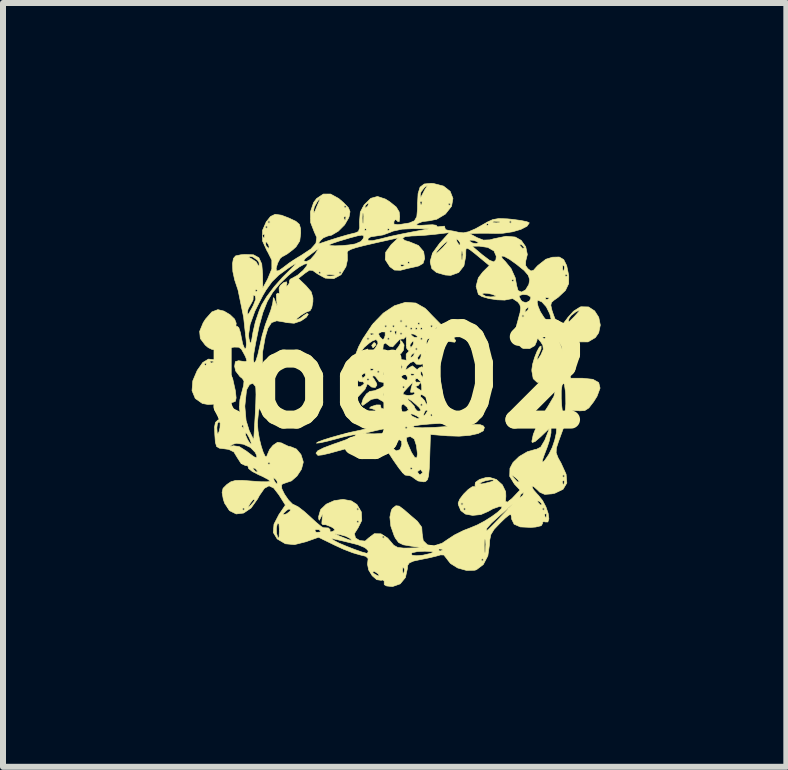
<source format=kicad_pcb>
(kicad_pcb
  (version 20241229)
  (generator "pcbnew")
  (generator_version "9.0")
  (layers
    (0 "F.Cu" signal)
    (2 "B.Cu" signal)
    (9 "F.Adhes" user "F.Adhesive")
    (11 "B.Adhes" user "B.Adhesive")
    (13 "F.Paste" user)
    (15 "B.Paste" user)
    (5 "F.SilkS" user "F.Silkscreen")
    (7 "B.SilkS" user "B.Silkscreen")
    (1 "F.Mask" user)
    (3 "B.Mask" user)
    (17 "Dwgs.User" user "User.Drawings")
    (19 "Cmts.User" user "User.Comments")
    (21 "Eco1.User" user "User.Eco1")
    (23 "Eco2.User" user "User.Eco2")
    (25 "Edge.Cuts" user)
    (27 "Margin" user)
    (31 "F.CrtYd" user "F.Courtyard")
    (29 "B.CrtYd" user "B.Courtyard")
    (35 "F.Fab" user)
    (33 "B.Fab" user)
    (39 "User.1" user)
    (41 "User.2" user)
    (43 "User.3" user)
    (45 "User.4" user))
  (footprint "log02"
    (layer "F.Cu")
    (at 3.527 3.253)
    (property "Reference" "log02" (at 0 0 0) (layer "F.SilkS") (effects (font (size 1.524 1.524) (thickness 0.3))))
    (attr through_hole)
    (fp_poly (pts (xy -0.311 -0.567) (xy -0.318 -0.55) (xy -0.356 -0.51) (xy -0.362 -0.508) (xy -0.381 -0.541) (xy -0.381 -0.55) (xy -0.348 -0.591) (xy -0.336 -0.593) (xy -0.311 -0.567)) (stroke (width 0.01) (type solid)) (fill yes) (layer "F.SilkS"))
    (fp_poly (pts (xy -0.000108 -0.181) (xy 0 -0.177) (xy -0.034 -0.128) (xy -0.067 -0.11) (xy -0.117 -0.109) (xy -0.117 -0.135) (xy -0.079 -0.186) (xy -0.027 -0.205) (xy -0.000108 -0.181)) (stroke (width 0.01) (type solid)) (fill yes) (layer "F.SilkS"))
    (fp_poly (pts (xy 0.118 -0.617) (xy 0.157 -0.554) (xy 0.147 -0.468) (xy 0.106 -0.413) (xy 0.035 -0.383) (xy 0.001 -0.412) (xy 0 -0.42) (xy 0.027 -0.48) (xy 0.061 -0.521) (xy 0.099 -0.584) (xy 0.093 -0.616) (xy 0.094 -0.629) (xy 0.118 -0.617)) (stroke (width 0.01) (type solid)) (fill yes) (layer "F.SilkS"))
    (fp_poly (pts (xy -2.99 -0.306) (xy -2.924 -0.277) (xy -2.79 -0.168) (xy -2.701 -0.000337) (xy -2.654 0.212) (xy -2.642 0.328) (xy -2.653 0.384) (xy -2.698 0.402) (xy -2.743 0.403) (xy -2.874 0.413) (xy -2.985 0.43) (xy -3.108 0.438) (xy -3.204 0.421) (xy -3.323 0.337) (xy -3.377 0.207) (xy -3.364 0.043) (xy -3.291 -0.129) (xy -3.218 -0.233) (xy -3.175 -0.233) (xy -3.154 -0.212) (xy -3.138 -0.227) (xy -2.938 -0.227) (xy -2.898 -0.163) (xy -2.863 -0.111) (xy -2.797 -0.004) (xy -2.757 0.077) (xy -2.752 0.098) (xy -2.736 0.124) (xy -2.729 0.119) (xy -2.726 0.067) (xy -2.746 -0.005) (xy -2.807 -0.11) (xy -2.879 -0.191) (xy -2.931 -0.234) (xy -2.938 -0.227) (xy -3.138 -0.227) (xy -3.133 -0.233) (xy -3.154 -0.254) (xy -3.175 -0.233) (xy -3.218 -0.233) (xy -3.198 -0.262) (xy -3.164 -0.282) (xy -3.076 -0.282) (xy -3.07 -0.257) (xy -3.048 -0.254) (xy -3.013 -0.269) (xy -3.02 -0.282) (xy -3.07 -0.287) (xy -3.076 -0.282) (xy -3.164 -0.282) (xy -3.103 -0.319) (xy -2.99 -0.306)) (stroke (width 0.01) (type solid)) (fill yes) (layer "F.SilkS"))
    (fp_poly (pts (xy 0.353 -1.253) (xy 0.507 -1.165) (xy 0.543 -1.13) (xy 0.615 -1.054) (xy 0.725 -0.942) (xy 0.848 -0.818) (xy 0.852 -0.815) (xy 0.968 -0.696) (xy 1.018 -0.626) (xy 1.001 -0.6) (xy 0.913 -0.611) (xy 0.784 -0.644) (xy 0.63 -0.671) (xy 0.544 -0.652) (xy 0.529 -0.588) (xy 0.586 -0.481) (xy 0.587 -0.48) (xy 0.653 -0.357) (xy 0.711 -0.192) (xy 0.758 -0.002) (xy 0.791 0.192) (xy 0.807 0.373) (xy 0.804 0.523) (xy 0.779 0.621) (xy 0.751 0.649) (xy 0.744 0.664) (xy 0.8 0.672) (xy 0.898 0.674) (xy 1.018 0.669) (xy 1.137 0.659) (xy 1.236 0.644) (xy 1.26 0.638) (xy 1.356 0.623) (xy 1.397 0.639) (xy 1.371 0.675) (xy 1.323 0.7) (xy 1.252 0.714) (xy 1.117 0.729) (xy 0.939 0.743) (xy 0.773 0.752) (xy 0.583 0.763) (xy 0.43 0.777) (xy 0.328 0.793) (xy 0.296 0.806) (xy 0.338 0.822) (xy 0.461 0.826) (xy 0.664 0.819) (xy 0.944 0.8) (xy 1.169 0.782) (xy 1.331 0.771) (xy 1.428 0.775) (xy 1.478 0.795) (xy 1.495 0.821) (xy 1.478 0.876) (xy 1.392 0.921) (xy 1.252 0.952) (xy 1.073 0.966) (xy 0.88 0.96) (xy 0.596 0.937) (xy 0.584 1.326) (xy 0.576 1.51) (xy 0.565 1.626) (xy 0.547 1.69) (xy 0.517 1.719) (xy 0.486 1.727) (xy 0.39 1.712) (xy 0.347 1.684) (xy 0.279 1.635) (xy 0.252 1.625) (xy 0.175 1.614) (xy 0.174 1.614) (xy 0.135 1.578) (xy 0.126 1.566) (xy 0.381 1.566) (xy 0.413 1.607) (xy 0.423 1.609) (xy 0.464 1.576) (xy 0.466 1.566) (xy 0.433 1.525) (xy 0.423 1.524) (xy 0.382 1.556) (xy 0.381 1.566) (xy 0.126 1.566) (xy 0.076 1.503) (xy 0.254 1.503) (xy 0.275 1.524) (xy 0.296 1.503) (xy 0.275 1.482) (xy 0.254 1.503) (xy 0.076 1.503) (xy 0.065 1.489) (xy -0.023 1.363) (xy -0.043 1.332) (xy -0.22 1.061) (xy -0.12 1.061) (xy -0.07 1.136) (xy -0.056 1.151) (xy 0.027 1.211) (xy 0.089 1.19) (xy 0.119 1.108) (xy 0.115 1.043) (xy 0.098 1.035) (xy 0.197 1.035) (xy 0.213 1.082) (xy 0.28 1.237) (xy 0.334 1.32) (xy 0.369 1.329) (xy 0.38 1.263) (xy 0.362 1.12) (xy 0.362 1.12) (xy 0.327 1.013) (xy 0.268 0.975) (xy 0.253 0.974) (xy 0.198 0.985) (xy 0.197 1.035) (xy 0.098 1.035) (xy 0.062 1.019) (xy 0.003 1.016) (xy -0.098 1.025) (xy -0.12 1.061) (xy -0.22 1.061) (xy -0.224 1.055) (xy -0.419 1.084) (xy -0.559 1.111) (xy -0.741 1.155) (xy -0.926 1.206) (xy -0.931 1.207) (xy -1.085 1.25) (xy -1.207 1.278) (xy -1.275 1.285) (xy -1.281 1.284) (xy -1.311 1.249) (xy -1.282 1.21) (xy -1.188 1.162) (xy -1.021 1.099) (xy -0.95 1.075) (xy -0.766 1.009) (xy -0.663 0.964) (xy -0.641 0.942) (xy -0.699 0.944) (xy -0.835 0.973) (xy -0.98 1.012) (xy -1.129 1.051) (xy -1.243 1.076) (xy -1.301 1.082) (xy -1.304 1.081) (xy -1.276 1.062) (xy -1.187 1.028) (xy -1.056 0.987) (xy -0.903 0.944) (xy -0.827 0.924) (xy -0.529 0.924) (xy -0.339 0.927) (xy -0.208 0.921) (xy -0.108 0.9) (xy -0.086 0.891) (xy -0.038 0.848) (xy -0.065 0.831) (xy -0.164 0.84) (xy -0.296 0.868) (xy -0.529 0.924) (xy -0.827 0.924) (xy -0.75 0.904) (xy -0.615 0.875) (xy -0.579 0.868) (xy -0.476 0.843) (xy -0.461 0.826) (xy 0.042 0.826) (xy 0.064 0.847) (xy 0.085 0.826) (xy 0.169 0.826) (xy 0.191 0.847) (xy 0.212 0.826) (xy 0.191 0.804) (xy 0.169 0.826) (xy 0.085 0.826) (xy 0.064 0.804) (xy 0.042 0.826) (xy -0.461 0.826) (xy -0.448 0.81) (xy -0.458 0.791) (xy -0.501 0.728) (xy -0.507 0.717) (xy -0.169 0.717) (xy -0.139 0.76) (xy -0.127 0.762) (xy -0.086 0.748) (xy -0.085 0.743) (xy -0.114 0.707) (xy -0.127 0.699) (xy -0.166 0.702) (xy -0.169 0.717) (xy -0.507 0.717) (xy -0.566 0.618) (xy -0.615 0.532) (xy -0.672 0.422) (xy -0.705 0.329) (xy -0.706 0.316) (xy -0.617 0.316) (xy -0.613 0.383) (xy -0.597 0.416) (xy -0.544 0.486) (xy -0.507 0.508) (xy -0.469 0.542) (xy -0.466 0.565) (xy -0.431 0.622) (xy -0.353 0.673) (xy -0.273 0.697) (xy -0.244 0.691) (xy -0.239 0.647) (xy -0.264 0.593) (xy -0.169 0.593) (xy -0.154 0.628) (xy -0.141 0.621) (xy -0.136 0.571) (xy -0.141 0.564) (xy -0.166 0.57) (xy -0.169 0.593) (xy -0.264 0.593) (xy -0.265 0.591) (xy -0.33 0.525) (xy -0.377 0.508) (xy -0.419 0.498) (xy -0.394 0.474) (xy -0.317 0.449) (xy -0.301 0.445) (xy -0.239 0.446) (xy -0.234 0.468) (xy -0.224 0.503) (xy -0.195 0.508) (xy -0.126 0.54) (xy -0.066 0.603) (xy 0.001 0.697) (xy -0.006 0.611) (xy 0.268 0.611) (xy 0.296 0.635) (xy 0.374 0.671) (xy 0.402 0.676) (xy 0.41 0.659) (xy 0.381 0.635) (xy 0.37 0.63) (xy 0.477 0.63) (xy 0.501 0.614) (xy 0.593 0.614) (xy 0.614 0.635) (xy 0.635 0.614) (xy 0.614 0.593) (xy 0.593 0.614) (xy 0.501 0.614) (xy 0.508 0.609) (xy 0.513 0.604) (xy 0.547 0.548) (xy 0.542 0.529) (xy 0.635 0.529) (xy 0.656 0.55) (xy 0.677 0.529) (xy 0.656 0.508) (xy 0.635 0.529) (xy 0.542 0.529) (xy 0.542 0.528) (xy 0.511 0.541) (xy 0.49 0.58) (xy 0.477 0.63) (xy 0.37 0.63) (xy 0.304 0.599) (xy 0.275 0.594) (xy 0.268 0.611) (xy -0.006 0.611) (xy -0.009 0.581) (xy -0.029 0.502) (xy 0.103 0.502) (xy 0.126 0.56) (xy 0.179 0.56) (xy 0.23 0.531) (xy 0.207 0.482) (xy 0.143 0.428) (xy 0.108 0.452) (xy 0.103 0.502) (xy -0.029 0.502) (xy -0.031 0.497) (xy -0.065 0.466) (xy -0.128 0.439) (xy -0.194 0.388) (xy -0.29 0.333) (xy -0.391 0.353) (xy -0.476 0.414) (xy -0.532 0.454) (xy -0.549 0.434) (xy -0.549 0.419) (xy -0.524 0.34) (xy -0.483 0.28) (xy -0.19 0.28) (xy -0.129 0.345) (xy -0.046 0.391) (xy 0.015 0.391) (xy 0.023 0.363) (xy -0.032 0.346) (xy -0.045 0.34) (xy 0.22 0.34) (xy 0.224 0.362) (xy 0.265 0.398) (xy 0.324 0.463) (xy 0.339 0.502) (xy 0.373 0.544) (xy 0.408 0.55) (xy 0.44 0.537) (xy 0.411 0.49) (xy 0.364 0.445) (xy 0.423 0.445) (xy 0.445 0.466) (xy 0.466 0.445) (xy 0.445 0.423) (xy 0.423 0.445) (xy 0.364 0.445) (xy 0.282 0.375) (xy 0.226 0.341) (xy 0.22 0.34) (xy -0.045 0.34) (xy -0.106 0.312) (xy -0.124 0.275) (xy 0.042 0.275) (xy 0.064 0.296) (xy 0.085 0.275) (xy 0.079 0.27) (xy 0.139 0.27) (xy 0.195 0.283) (xy 0.233 0.287) (xy 0.305 0.279) (xy 0.429 0.279) (xy 0.435 0.316) (xy 0.455 0.327) (xy 0.504 0.38) (xy 0.508 0.402) (xy 0.54 0.44) (xy 0.602 0.433) (xy 0.659 0.409) (xy 0.635 0.388) (xy 0.552 0.341) (xy 0.514 0.309) (xy 0.456 0.274) (xy 0.61 0.274) (xy 0.614 0.296) (xy 0.65 0.337) (xy 0.656 0.339) (xy 0.69 0.309) (xy 0.699 0.296) (xy 0.688 0.26) (xy 0.656 0.254) (xy 0.61 0.274) (xy 0.456 0.274) (xy 0.455 0.273) (xy 0.429 0.279) (xy 0.305 0.279) (xy 0.312 0.278) (xy 0.339 0.251) (xy 0.312 0.227) (xy 0.292 0.236) (xy 0.264 0.232) (xy 0.275 0.164) (xy 0.306 0.064) (xy 0.216 0.157) (xy 0.147 0.234) (xy 0.139 0.27) (xy 0.079 0.27) (xy 0.064 0.254) (xy 0.042 0.275) (xy -0.124 0.275) (xy -0.127 0.27) (xy -0.15 0.229) (xy -0.176 0.237) (xy -0.19 0.28) (xy -0.483 0.28) (xy -0.471 0.262) (xy -0.413 0.218) (xy -0.396 0.217) (xy -0.332 0.207) (xy -0.29 0.189) (xy -0.085 0.189) (xy -0.057 0.232) (xy -0.021 0.227) (xy 0.022 0.187) (xy 0.018 0.165) (xy -0.006 0.148) (xy 0.127 0.148) (xy 0.148 0.169) (xy 0.169 0.148) (xy 0.148 0.127) (xy 0.127 0.148) (xy -0.006 0.148) (xy -0.035 0.128) (xy -0.079 0.157) (xy -0.085 0.189) (xy -0.29 0.189) (xy -0.242 0.169) (xy -0.162 0.12) (xy -0.127 0.08) (xy -0.127 0.079) (xy -0.158 0.062) (xy -0.19 0.069) (xy -0.257 0.058) (xy -0.279 0.026) (xy -0.283 0.021) (xy 0 0.021) (xy 0.021 0.042) (xy 0.022 0.041) (xy 0.339 0.041) (xy 0.364 0.07) (xy 0.381 0.064) (xy 0.42 0.067) (xy 0.423 0.082) (xy 0.39 0.124) (xy 0.37 0.128) (xy 0.348 0.142) (xy 0.381 0.169) (xy 0.437 0.204) (xy 0.449 0.211) (xy 0.451 0.18) (xy 0.512 0.18) (xy 0.544 0.212) (xy 0.545 0.212) (xy 0.599 0.182) (xy 0.64 0.14) (xy 0.671 0.093) (xy 0.646 0.1) (xy 0.599 0.104) (xy 0.593 0.085) (xy 0.567 0.057) (xy 0.55 0.064) (xy 0.515 0.116) (xy 0.512 0.18) (xy 0.451 0.18) (xy 0.451 0.176) (xy 0.449 0.12) (xy 0.428 0.052) (xy 0.392 0.014) (xy 0.649 0.014) (xy 0.655 0.039) (xy 0.677 0.042) (xy 0.712 0.027) (xy 0.706 0.014) (xy 0.655 0.009) (xy 0.649 0.014) (xy 0.392 0.014) (xy 0.386 0.008) (xy 0.349 0.007) (xy 0.339 0.041) (xy 0.022 0.041) (xy 0.042 0.021) (xy 0.021 0) (xy 0 0.021) (xy -0.283 0.021) (xy -0.325 -0.033) (xy -0.352 -0.042) (xy -0.372 -0.023) (xy -0.347 0.008) (xy -0.302 0.084) (xy -0.296 0.114) (xy -0.324 0.155) (xy -0.385 0.147) (xy -0.433 0.106) (xy -0.461 0.095) (xy -0.465 0.12) (xy -0.496 0.187) (xy -0.556 0.25) (xy -0.617 0.316) (xy -0.706 0.316) (xy -0.717 0.225) (xy -0.713 0.082) (xy -0.713 0.073) (xy -0.632 0.073) (xy -0.618 0.141) (xy -0.572 0.142) (xy -0.515 0.099) (xy -0.508 0.078) (xy -0.534 0.056) (xy -0.547 0.061) (xy -0.594 0.052) (xy -0.607 0.032) (xy -0.624 0.024) (xy -0.632 0.073) (xy -0.713 0.073) (xy -0.71 0.021) (xy -0.466 0.021) (xy -0.445 0.042) (xy -0.423 0.021) (xy -0.445 0) (xy -0.466 0.021) (xy -0.71 0.021) (xy -0.706 -0.032) (xy -0.705 -0.042) (xy -0.55 -0.042) (xy -0.536 -0.001) (xy -0.532 0) (xy -0.496 -0.03) (xy -0.487 -0.042) (xy -0.49 -0.081) (xy -0.506 -0.085) (xy -0.549 -0.054) (xy -0.55 -0.042) (xy -0.705 -0.042) (xy -0.699 -0.109) (xy -0.632 -0.109) (xy -0.624 -0.054) (xy -0.609 -0.054) (xy -0.6 -0.106) (xy -0.296 -0.106) (xy -0.275 -0.085) (xy -0.254 -0.106) (xy -0.275 -0.127) (xy -0.296 -0.106) (xy -0.6 -0.106) (xy -0.599 -0.11) (xy -0.606 -0.135) (xy -0.625 -0.151) (xy -0.632 -0.109) (xy -0.699 -0.109) (xy -0.694 -0.155) (xy -0.409 -0.155) (xy -0.403 -0.13) (xy -0.381 -0.127) (xy -0.346 -0.142) (xy -0.353 -0.155) (xy -0.403 -0.16) (xy -0.409 -0.155) (xy -0.694 -0.155) (xy -0.69 -0.198) (xy -0.536 -0.198) (xy -0.53 -0.172) (xy -0.508 -0.169) (xy -0.473 -0.185) (xy -0.48 -0.198) (xy -0.53 -0.203) (xy -0.536 -0.198) (xy -0.69 -0.198) (xy -0.687 -0.232) (xy -0.685 -0.24) (xy -0.367 -0.24) (xy -0.361 -0.215) (xy -0.339 -0.212) (xy -0.304 -0.227) (xy -0.31 -0.24) (xy -0.361 -0.245) (xy -0.367 -0.24) (xy -0.685 -0.24) (xy -0.655 -0.384) (xy -0.628 -0.453) (xy -0.55 -0.453) (xy -0.525 -0.441) (xy -0.49 -0.463) (xy -0.448 -0.488) (xy -0.448 -0.445) (xy -0.453 -0.426) (xy -0.486 -0.356) (xy -0.513 -0.339) (xy -0.549 -0.306) (xy -0.55 -0.294) (xy -0.524 -0.271) (xy -0.497 -0.283) (xy -0.422 -0.315) (xy -0.402 -0.318) (xy -0.38 -0.343) (xy -0.296 -0.343) (xy -0.263 -0.291) (xy -0.211 -0.254) (xy -0.152 -0.203) (xy -0.166 -0.134) (xy -0.17 -0.125) (xy -0.193 -0.061) (xy -0.157 -0.042) (xy -0.15 -0.042) (xy -0.092 -0.014) (xy -0.084 0.011) (xy -0.068 0.017) (xy -0.037 -0.028) (xy 0.102 -0.028) (xy 0.134 0.005) (xy 0.194 0.038) (xy 0.211 0.014) (xy 0.212 -0.02) (xy 0.184 -0.062) (xy 0.145 -0.056) (xy 0.102 -0.028) (xy -0.037 -0.028) (xy -0.029 -0.039) (xy -0.028 -0.042) (xy -0.006 -0.071) (xy 0.268 -0.071) (xy 0.274 -0.045) (xy 0.296 -0.042) (xy 0.331 -0.058) (xy 0.329 -0.062) (xy 0.434 -0.062) (xy 0.443 -0.045) (xy 0.483 -0.001) (xy 0.488 -0.021) (xy 0.552 -0.021) (xy 0.569 -0.014) (xy 0.593 -0.042) (xy 0.628 -0.12) (xy 0.634 -0.148) (xy 0.616 -0.156) (xy 0.593 -0.127) (xy 0.557 -0.05) (xy 0.552 -0.021) (xy 0.488 -0.021) (xy 0.491 -0.032) (xy 0.48 -0.065) (xy 0.449 -0.111) (xy 0.435 -0.11) (xy 0.434 -0.062) (xy 0.329 -0.062) (xy 0.325 -0.071) (xy 0.274 -0.076) (xy 0.268 -0.071) (xy -0.006 -0.071) (xy 0.028 -0.116) (xy 0.078 -0.138) (xy 0.079 -0.138) (xy 0.183 -0.138) (xy 0.218 -0.157) (xy 0.235 -0.171) (xy 0.295 -0.206) (xy 0.335 -0.175) (xy 0.337 -0.173) (xy 0.375 -0.142) (xy 0.401 -0.167) (xy 0.448 -0.192) (xy 0.484 -0.172) (xy 0.532 -0.16) (xy 0.577 -0.222) (xy 0.587 -0.244) (xy 0.615 -0.317) (xy 0.606 -0.322) (xy 0.583 -0.296) (xy 0.517 -0.253) (xy 0.432 -0.23) (xy 0.362 -0.234) (xy 0.339 -0.26) (xy 0.314 -0.281) (xy 0.26 -0.259) (xy 0.208 -0.209) (xy 0.193 -0.181) (xy 0.183 -0.138) (xy 0.079 -0.138) (xy 0.12 -0.162) (xy 0.127 -0.193) (xy 0.106 -0.237) (xy 0.085 -0.233) (xy 0.048 -0.242) (xy 0.042 -0.269) (xy 0.07 -0.312) (xy 0.134 -0.307) (xy 0.197 -0.3) (xy 0.192 -0.336) (xy 0.381 -0.336) (xy 0.395 -0.298) (xy 0.426 -0.331) (xy 0.439 -0.362) (xy 0.442 -0.406) (xy 0.511 -0.406) (xy 0.519 -0.351) (xy 0.534 -0.35) (xy 0.544 -0.407) (xy 0.537 -0.431) (xy 0.518 -0.447) (xy 0.511 -0.406) (xy 0.442 -0.406) (xy 0.442 -0.406) (xy 0.423 -0.402) (xy 0.383 -0.348) (xy 0.381 -0.336) (xy 0.192 -0.336) (xy 0.192 -0.336) (xy 0.192 -0.337) (xy 0.192 -0.341) (xy 0.264 -0.341) (xy 0.27 -0.339) (xy 0.309 -0.368) (xy 0.318 -0.381) (xy 0.328 -0.421) (xy 0.322 -0.423) (xy 0.284 -0.394) (xy 0.275 -0.381) (xy 0.264 -0.341) (xy 0.192 -0.341) (xy 0.192 -0.402) (xy 0.217 -0.427) (xy 0.245 -0.459) (xy 0.228 -0.465) (xy 0.21 -0.487) (xy 0.339 -0.487) (xy 0.36 -0.466) (xy 0.381 -0.487) (xy 0.36 -0.508) (xy 0.339 -0.487) (xy 0.21 -0.487) (xy 0.198 -0.503) (xy 0.195 -0.548) (xy 0.254 -0.548) (xy 0.268 -0.509) (xy 0.299 -0.543) (xy 0.312 -0.574) (xy 0.315 -0.617) (xy 0.296 -0.614) (xy 0.256 -0.559) (xy 0.254 -0.548) (xy 0.195 -0.548) (xy 0.193 -0.599) (xy 0.193 -0.603) (xy 0.195 -0.656) (xy 0.423 -0.656) (xy 0.445 -0.635) (xy 0.466 -0.656) (xy 0.445 -0.677) (xy 0.423 -0.656) (xy 0.195 -0.656) (xy 0.196 -0.681) (xy 0.187 -0.694) (xy 0.184 -0.688) (xy 0.144 -0.652) (xy 0.126 -0.657) (xy 0.079 -0.643) (xy 0.024 -0.585) (xy -0.033 -0.523) (xy -0.081 -0.531) (xy -0.093 -0.541) (xy -0.156 -0.588) (xy -0.189 -0.562) (xy -0.198 -0.466) (xy -0.187 -0.376) (xy -0.163 -0.339) (xy -0.162 -0.339) (xy -0.131 -0.373) (xy -0.127 -0.402) (xy -0.105 -0.459) (xy -0.059 -0.451) (xy -0.027 -0.403) (xy -0.033 -0.333) (xy -0.092 -0.291) (xy -0.173 -0.288) (xy -0.23 -0.321) (xy -0.281 -0.356) (xy -0.296 -0.343) (xy -0.38 -0.343) (xy -0.371 -0.353) (xy -0.371 -0.387) (xy -0.351 -0.469) (xy -0.321 -0.505) (xy -0.279 -0.575) (xy -0.282 -0.615) (xy -0.311 -0.645) (xy -0.371 -0.622) (xy -0.427 -0.583) (xy -0.509 -0.513) (xy -0.549 -0.458) (xy -0.55 -0.453) (xy -0.628 -0.453) (xy -0.601 -0.523) (xy -0.532 -0.653) (xy -0.53 -0.656) (xy -0.466 -0.656) (xy -0.445 -0.635) (xy -0.423 -0.656) (xy -0.445 -0.677) (xy -0.466 -0.656) (xy -0.53 -0.656) (xy -0.469 -0.748) (xy -0.409 -0.748) (xy -0.403 -0.723) (xy -0.381 -0.72) (xy -0.346 -0.735) (xy -0.351 -0.744) (xy -0.272 -0.744) (xy -0.25 -0.693) (xy -0.199 -0.642) (xy -0.182 -0.656) (xy -0.127 -0.656) (xy -0.106 -0.635) (xy -0.085 -0.656) (xy -0.106 -0.677) (xy -0.127 -0.656) (xy -0.182 -0.656) (xy -0.173 -0.663) (xy -0.158 -0.714) (xy -0.159 -0.772) (xy -0.218 -0.773) (xy -0.218 -0.773) (xy -0.272 -0.744) (xy -0.351 -0.744) (xy -0.353 -0.748) (xy -0.403 -0.753) (xy -0.409 -0.748) (xy -0.469 -0.748) (xy -0.446 -0.783) (xy -0.085 -0.783) (xy -0.064 -0.762) (xy 0 -0.762) (xy 0.015 -0.727) (xy 0.028 -0.734) (xy 0.029 -0.741) (xy 0.085 -0.741) (xy 0.106 -0.72) (xy 0.125 -0.739) (xy 0.272 -0.739) (xy 0.275 -0.719) (xy 0.321 -0.684) (xy 0.369 -0.678) (xy 0.381 -0.694) (xy 0.348 -0.721) (xy 0.315 -0.736) (xy 0.272 -0.739) (xy 0.125 -0.739) (xy 0.127 -0.741) (xy 0.106 -0.762) (xy 0.085 -0.741) (xy 0.029 -0.741) (xy 0.033 -0.784) (xy 0.028 -0.79) (xy 0.003 -0.784) (xy 0 -0.762) (xy -0.064 -0.762) (xy -0.042 -0.783) (xy -0.064 -0.804) (xy -0.085 -0.783) (xy -0.446 -0.783) (xy -0.417 -0.826) (xy 0.254 -0.826) (xy 0.275 -0.804) (xy 0.296 -0.826) (xy 0.339 -0.826) (xy 0.36 -0.804) (xy 0.381 -0.826) (xy 0.423 -0.826) (xy 0.445 -0.804) (xy 0.466 -0.826) (xy 0.677 -0.826) (xy 0.699 -0.804) (xy 0.72 -0.826) (xy 0.699 -0.847) (xy 0.677 -0.826) (xy 0.466 -0.826) (xy 0.445 -0.847) (xy 0.423 -0.826) (xy 0.381 -0.826) (xy 0.36 -0.847) (xy 0.339 -0.826) (xy 0.296 -0.826) (xy 0.275 -0.847) (xy 0.254 -0.826) (xy -0.417 -0.826) (xy -0.389 -0.868) (xy -0.169 -0.868) (xy -0.148 -0.847) (xy -0.127 -0.868) (xy -0.042 -0.868) (xy -0.021 -0.847) (xy 0 -0.868) (xy 0.169 -0.868) (xy 0.191 -0.847) (xy 0.212 -0.868) (xy 0.593 -0.868) (xy 0.614 -0.847) (xy 0.635 -0.868) (xy 0.614 -0.889) (xy 0.593 -0.868) (xy 0.212 -0.868) (xy 0.191 -0.889) (xy 0.169 -0.868) (xy 0 -0.868) (xy -0.021 -0.889) (xy -0.042 -0.868) (xy -0.127 -0.868) (xy -0.148 -0.889) (xy -0.169 -0.868) (xy -0.389 -0.868) (xy -0.369 -0.898) (xy -0.357 -0.91) (xy 0.381 -0.91) (xy 0.402 -0.889) (xy 0.423 -0.91) (xy 0.402 -0.931) (xy 0.381 -0.91) (xy -0.357 -0.91) (xy -0.317 -0.953) (xy 0.085 -0.953) (xy 0.106 -0.931) (xy 0.127 -0.953) (xy 0.106 -0.974) (xy 0.085 -0.953) (xy -0.317 -0.953) (xy -0.19 -1.084) (xy -0.004 -1.208) (xy 0.179 -1.265) (xy 0.353 -1.253)) (stroke (width 0.01) (type solid)) (fill yes) (layer "F.SilkS"))
    (fp_poly (pts (xy 0.647 -3.245) (xy 0.814 -3.202) (xy 0.925 -3.114) (xy 0.971 -2.996) (xy 0.948 -2.866) (xy 0.848 -2.739) (xy 0.843 -2.734) (xy 0.7 -2.649) (xy 0.579 -2.624) (xy 0.463 -2.61) (xy 0.381 -2.578) (xy 0.363 -2.553) (xy 0.413 -2.546) (xy 0.518 -2.553) (xy 0.63 -2.558) (xy 0.692 -2.549) (xy 0.698 -2.539) (xy 0.715 -2.522) (xy 0.769 -2.529) (xy 0.83 -2.534) (xy 0.835 -2.513) (xy 0.847 -2.477) (xy 0.882 -2.467) (xy 0.976 -2.452) (xy 1.066 -2.432) (xy 1.145 -2.423) (xy 1.232 -2.441) (xy 1.348 -2.491) (xy 1.473 -2.561) (xy 1.524 -2.561) (xy 1.545 -2.54) (xy 1.566 -2.561) (xy 1.545 -2.582) (xy 1.524 -2.561) (xy 1.473 -2.561) (xy 1.51 -2.582) (xy 1.532 -2.595) (xy 1.635 -2.595) (xy 1.693 -2.589) (xy 1.753 -2.596) (xy 1.75 -2.603) (xy 1.905 -2.603) (xy 1.926 -2.582) (xy 1.947 -2.603) (xy 1.926 -2.625) (xy 1.905 -2.603) (xy 1.75 -2.603) (xy 1.746 -2.61) (xy 1.66 -2.616) (xy 1.64 -2.61) (xy 1.635 -2.595) (xy 1.532 -2.595) (xy 1.546 -2.603) (xy 1.635 -2.644) (xy 1.735 -2.661) (xy 1.877 -2.656) (xy 1.959 -2.648) (xy 2.102 -2.629) (xy 2.204 -2.608) (xy 2.244 -2.589) (xy 2.244 -2.589) (xy 2.205 -2.533) (xy 2.104 -2.481) (xy 1.964 -2.44) (xy 1.805 -2.416) (xy 1.71 -2.413) (xy 1.554 -2.416) (xy 1.417 -2.416) (xy 1.355 -2.415) (xy 1.249 -2.41) (xy 1.372 -2.343) (xy 1.478 -2.302) (xy 1.586 -2.306) (xy 1.652 -2.324) (xy 1.856 -2.366) (xy 2.009 -2.353) (xy 2.109 -2.297) (xy 2.184 -2.191) (xy 2.211 -2.062) (xy 2.184 -1.954) (xy 2.182 -1.878) (xy 2.218 -1.827) (xy 2.27 -1.787) (xy 2.314 -1.799) (xy 2.355 -1.845) (xy 2.797 -1.845) (xy 2.805 -1.79) (xy 2.82 -1.789) (xy 2.83 -1.846) (xy 2.823 -1.871) (xy 2.804 -1.887) (xy 2.797 -1.845) (xy 2.355 -1.845) (xy 2.38 -1.872) (xy 2.382 -1.875) (xy 2.52 -1.983) (xy 2.631 -2.017) (xy 2.743 -2.02) (xy 2.817 -1.977) (xy 2.867 -1.876) (xy 2.901 -1.709) (xy 2.9 -1.577) (xy 2.846 -1.463) (xy 2.726 -1.35) (xy 2.655 -1.3) (xy 2.613 -1.263) (xy 2.602 -1.216) (xy 2.621 -1.132) (xy 2.65 -1.046) (xy 2.695 -0.933) (xy 2.736 -0.865) (xy 2.754 -0.855) (xy 2.798 -0.896) (xy 2.834 -0.942) (xy 2.891 -0.942) (xy 2.912 -0.945) (xy 2.978 -1.01) (xy 3.009 -1.043) (xy 3.071 -1.114) (xy 3.077 -1.133) (xy 3.028 -1.111) (xy 3.021 -1.108) (xy 2.94 -1.045) (xy 2.906 -0.996) (xy 2.891 -0.942) (xy 2.834 -0.942) (xy 2.864 -0.981) (xy 2.887 -1.013) (xy 2.981 -1.117) (xy 3.088 -1.185) (xy 3.105 -1.191) (xy 3.231 -1.188) (xy 3.332 -1.122) (xy 3.401 -1.015) (xy 3.427 -0.886) (xy 3.4 -0.757) (xy 3.344 -0.677) (xy 3.222 -0.605) (xy 3.067 -0.606) (xy 2.877 -0.678) (xy 2.769 -0.726) (xy 2.72 -0.722) (xy 2.724 -0.66) (xy 2.77 -0.541) (xy 2.818 -0.412) (xy 2.867 -0.254) (xy 2.881 -0.201) (xy 2.932 0) (xy 3.13 0) (xy 3.303 0.018) (xy 3.4 0.072) (xy 3.423 0.165) (xy 3.373 0.3) (xy 3.315 0.393) (xy 3.236 0.495) (xy 3.168 0.539) (xy 3.082 0.544) (xy 3.062 0.541) (xy 2.972 0.538) (xy 2.919 0.57) (xy 2.876 0.656) (xy 2.861 0.697) (xy 2.804 0.853) (xy 2.743 1.02) (xy 2.732 1.05) (xy 2.695 1.163) (xy 2.691 1.243) (xy 2.724 1.328) (xy 2.772 1.413) (xy 2.857 1.6) (xy 2.869 1.746) (xy 2.806 1.851) (xy 2.67 1.916) (xy 2.619 1.927) (xy 2.501 1.936) (xy 2.419 1.9) (xy 2.376 1.858) (xy 2.315 1.804) (xy 2.286 1.802) (xy 2.286 1.805) (xy 2.314 1.861) (xy 2.383 1.939) (xy 2.391 1.946) (xy 2.464 2.037) (xy 2.521 2.145) (xy 2.558 2.253) (xy 2.57 2.343) (xy 2.553 2.396) (xy 2.503 2.395) (xy 2.494 2.389) (xy 2.464 2.397) (xy 2.465 2.42) (xy 2.442 2.458) (xy 2.349 2.48) (xy 2.268 2.486) (xy 2.095 2.478) (xy 1.991 2.433) (xy 1.949 2.347) (xy 1.947 2.314) (xy 1.942 2.286) (xy 2.498 2.286) (xy 2.513 2.321) (xy 2.526 2.314) (xy 2.531 2.264) (xy 2.526 2.258) (xy 2.501 2.264) (xy 2.498 2.286) (xy 1.942 2.286) (xy 1.939 2.274) (xy 1.907 2.278) (xy 1.838 2.335) (xy 1.764 2.406) (xy 1.658 2.517) (xy 1.603 2.606) (xy 1.583 2.702) (xy 1.58 2.771) (xy 1.553 2.959) (xy 1.477 3.105) (xy 1.363 3.191) (xy 1.335 3.2) (xy 1.197 3.203) (xy 1.05 3.162) (xy 0.93 3.087) (xy 0.883 3.027) (xy 1.439 3.027) (xy 1.46 3.048) (xy 1.482 3.027) (xy 1.46 3.006) (xy 1.439 3.027) (xy 0.883 3.027) (xy 0.879 3.021) (xy 0.82 2.946) (xy 0.765 2.944) (xy 0.688 2.966) (xy 0.561 2.996) (xy 0.455 3.017) (xy 0.318 3.046) (xy 0.245 3.077) (xy 0.216 3.12) (xy 0.212 3.173) (xy 0.179 3.322) (xy 0.092 3.427) (xy -0.033 3.471) (xy -0.045 3.471) (xy -0.135 3.462) (xy -0.174 3.44) (xy -0.175 3.378) (xy -0.201 3.362) (xy -0.225 3.368) (xy -0.299 3.357) (xy -0.375 3.291) (xy -0.409 3.235) (xy -0.368 3.235) (xy -0.339 3.26) (xy -0.271 3.298) (xy -0.262 3.283) (xy -0.275 3.26) (xy -0.337 3.219) (xy -0.352 3.218) (xy -0.368 3.235) (xy -0.409 3.235) (xy -0.433 3.196) (xy -0.434 3.193) (xy 0.13 3.193) (xy 0.138 3.248) (xy 0.153 3.248) (xy 0.163 3.192) (xy 0.156 3.167) (xy 0.137 3.151) (xy 0.13 3.193) (xy -0.434 3.193) (xy -0.453 3.098) (xy -0.45 3.076) (xy -0.442 3.006) (xy -0.48 2.968) (xy -0.577 2.944) (xy -0.656 2.921) (xy 0.275 2.921) (xy 0.29 2.949) (xy 0.363 2.958) (xy 0.471 2.949) (xy 0.589 2.922) (xy 0.593 2.921) (xy 0.642 2.901) (xy 0.624 2.889) (xy 0.531 2.884) (xy 0.5 2.883) (xy 0.377 2.889) (xy 0.293 2.908) (xy 0.275 2.921) (xy -0.656 2.921) (xy -0.695 2.91) (xy -0.851 2.85) (xy -0.999 2.782) (xy -1.214 2.677) (xy -1.051 2.677) (xy -1.032 2.691) (xy -1 2.711) (xy -0.923 2.75) (xy -0.802 2.801) (xy -0.666 2.854) (xy -0.544 2.897) (xy -0.464 2.919) (xy -0.456 2.919) (xy -0.441 2.89) (xy -0.448 2.864) (xy -0.464 2.85) (xy 0.734 2.85) (xy 0.74 2.876) (xy 0.762 2.879) (xy 0.797 2.863) (xy 0.79 2.85) (xy 0.74 2.845) (xy 0.734 2.85) (xy -0.464 2.85) (xy -0.499 2.822) (xy -0.604 2.778) (xy -0.669 2.76) (xy -0.857 2.714) (xy -0.976 2.686) (xy -1.036 2.674) (xy -1.051 2.677) (xy -1.214 2.677) (xy -1.268 2.65) (xy -1.479 2.725) (xy -1.67 2.773) (xy -1.821 2.759) (xy -1.953 2.681) (xy -1.958 2.677) (xy -2.023 2.57) (xy -2.017 2.502) (xy -1.972 2.502) (xy -1.967 2.589) (xy -1.948 2.654) (xy -1.932 2.667) (xy -1.925 2.63) (xy -1.924 2.599) (xy -0.989 2.599) (xy -0.917 2.631) (xy -0.889 2.642) (xy -0.774 2.688) (xy -0.723 2.703) (xy -0.724 2.69) (xy -0.743 2.67) (xy -0.811 2.634) (xy -0.91 2.606) (xy -0.985 2.593) (xy -0.989 2.599) (xy -1.924 2.599) (xy -1.922 2.538) (xy -1.922 2.532) (xy -1.329 2.532) (xy -1.316 2.564) (xy -1.289 2.568) (xy -1.234 2.562) (xy -1.228 2.557) (xy -1.259 2.524) (xy -1.313 2.521) (xy -1.329 2.532) (xy -1.922 2.532) (xy -1.922 2.518) (xy -1.928 2.428) (xy -1.947 2.417) (xy -1.958 2.434) (xy -1.972 2.502) (xy -2.017 2.502) (xy -2.011 2.432) (xy -1.927 2.269) (xy -1.926 2.269) (xy -1.863 2.269) (xy -1.831 2.269) (xy -1.799 2.259) (xy -1.743 2.215) (xy -1.736 2.192) (xy -1.761 2.178) (xy -1.799 2.201) (xy -1.852 2.251) (xy -1.863 2.269) (xy -1.926 2.269) (xy -1.821 2.114) (xy -1.929 1.943) (xy -2.016 1.83) (xy -2.094 1.793) (xy -2.17 1.834) (xy -2.255 1.956) (xy -2.283 2.009) (xy -2.393 2.163) (xy -2.517 2.247) (xy -2.641 2.262) (xy -2.752 2.207) (xy -2.77 2.18) (xy -2.54 2.18) (xy -2.519 2.201) (xy -2.498 2.18) (xy -2.519 2.159) (xy -2.54 2.18) (xy -2.77 2.18) (xy -2.789 2.15) (xy -2.445 2.15) (xy -2.431 2.147) (xy -2.389 2.107) (xy -2.338 2.045) (xy -2.332 2.014) (xy -2.366 2.03) (xy -2.409 2.087) (xy -2.445 2.15) (xy -2.789 2.15) (xy -2.834 2.083) (xy -2.856 2.015) (xy -2.876 1.904) (xy -2.86 1.835) (xy -2.796 1.771) (xy -2.793 1.769) (xy -2.728 1.725) (xy -2.653 1.704) (xy -2.542 1.702) (xy -2.382 1.714) (xy -2.233 1.725) (xy -2.124 1.726) (xy -2.075 1.718) (xy -2.074 1.717) (xy -2.11 1.686) (xy -2.168 1.655) (xy -2.02 1.655) (xy -2.011 1.698) (xy -2.008 1.706) (xy -1.975 1.758) (xy -1.956 1.758) (xy -1.96 1.713) (xy -1.984 1.682) (xy -2.02 1.655) (xy -2.168 1.655) (xy -2.2 1.638) (xy -2.268 1.608) (xy -2.374 1.553) (xy -2.433 1.506) (xy -2.436 1.494) (xy -2.364 1.494) (xy -2.354 1.517) (xy -2.311 1.563) (xy -2.286 1.554) (xy -2.286 1.548) (xy -2.316 1.512) (xy -2.335 1.499) (xy -2.364 1.494) (xy -2.436 1.494) (xy -2.437 1.487) (xy -2.451 1.458) (xy -2.488 1.455) (xy -2.559 1.421) (xy -2.561 1.418) (xy -2.117 1.418) (xy -2.095 1.439) (xy -2.074 1.418) (xy -2.095 1.397) (xy -2.117 1.418) (xy -2.561 1.418) (xy -2.621 1.325) (xy -2.68 1.228) (xy -2.767 1.186) (xy -2.832 1.177) (xy -2.921 1.166) (xy -2.968 1.137) (xy -2.968 1.134) (xy -2.745 1.134) (xy -2.712 1.131) (xy -2.688 1.125) (xy -2.589 1.14) (xy -2.46 1.222) (xy -2.456 1.226) (xy -2.348 1.308) (xy -2.297 1.328) (xy -2.299 1.288) (xy -2.324 1.236) (xy -2.403 1.154) (xy -2.52 1.1) (xy -2.639 1.084) (xy -2.703 1.103) (xy -2.745 1.134) (xy -2.968 1.134) (xy -2.988 1.068) (xy -2.997 0.942) (xy -3.001 0.826) (xy -2.963 0.826) (xy -2.958 0.905) (xy -2.947 0.931) (xy -2.934 0.906) (xy -2.487 0.906) (xy -2.483 0.951) (xy -2.451 1.024) (xy -2.411 1.086) (xy -2.391 1.101) (xy -2.393 1.068) (xy -2.421 0.995) (xy -2.461 0.924) (xy -2.487 0.906) (xy -2.934 0.906) (xy -2.928 0.895) (xy -2.911 0.826) (xy -2.908 0.747) (xy -2.927 0.72) (xy -2.954 0.756) (xy -2.963 0.826) (xy -3.001 0.826) (xy -3.001 0.81) (xy -2.987 0.737) (xy -2.945 0.697) (xy -2.932 0.691) (xy -2.822 0.691) (xy -2.816 0.717) (xy -2.794 0.72) (xy -2.759 0.704) (xy -2.766 0.691) (xy -2.816 0.686) (xy -2.822 0.691) (xy -2.932 0.691) (xy -2.899 0.677) (xy -2.785 0.642) (xy -2.708 0.652) (xy -2.631 0.716) (xy -2.608 0.74) (xy -2.511 0.844) (xy -2.561 0.648) (xy -2.588 0.496) (xy -2.586 0.467) (xy -2.497 0.467) (xy -2.476 0.704) (xy -2.424 0.873) (xy -2.349 1.029) (xy -2.333 0.765) (xy -2.286 0.765) (xy -2.277 0.879) (xy -2.255 1.008) (xy -2.224 1.133) (xy -2.19 1.236) (xy -2.158 1.301) (xy -2.134 1.311) (xy -2.126 1.285) (xy -2.084 1.187) (xy -2.027 1.118) (xy -1.951 1.067) (xy -1.881 1.08) (xy -1.861 1.092) (xy -1.774 1.133) (xy -1.729 1.143) (xy -1.638 1.18) (xy -1.562 1.271) (xy -1.525 1.386) (xy -1.524 1.405) (xy -1.554 1.518) (xy -1.627 1.629) (xy -1.72 1.711) (xy -1.795 1.736) (xy -1.869 1.762) (xy -1.885 1.78) (xy -1.881 1.841) (xy -1.836 1.933) (xy -1.77 2.029) (xy -1.702 2.098) (xy -1.662 2.116) (xy -1.607 2.144) (xy -1.513 2.216) (xy -1.413 2.305) (xy -1.308 2.402) (xy -1.227 2.469) (xy -1.19 2.491) (xy -1.104 2.495) (xy -1.074 2.526) (xy -1.079 2.54) (xy -1.072 2.563) (xy -1.034 2.554) (xy -0.994 2.529) (xy -1.022 2.497) (xy -1.063 2.474) (xy -1.149 2.441) (xy -1.197 2.441) (xy -1.214 2.422) (xy -1.212 2.392) (xy -0.635 2.392) (xy -0.614 2.413) (xy -0.593 2.392) (xy -0.614 2.371) (xy -0.635 2.392) (xy -1.212 2.392) (xy -1.208 2.345) (xy -1.208 2.342) (xy -1.196 2.269) (xy -1.207 2.273) (xy -1.224 2.307) (xy -1.255 2.367) (xy -1.265 2.348) (xy -1.267 2.304) (xy -1.234 2.19) (xy -1.224 2.18) (xy -0.635 2.18) (xy -0.614 2.201) (xy -0.593 2.18) (xy -0.614 2.159) (xy -0.635 2.18) (xy -1.224 2.18) (xy -1.14 2.099) (xy -1.008 2.04) (xy -0.861 2.019) (xy -0.722 2.044) (xy -0.629 2.104) (xy -0.555 2.229) (xy -0.548 2.369) (xy -0.609 2.492) (xy -0.671 2.59) (xy -0.652 2.663) (xy -0.582 2.705) (xy -0.492 2.714) (xy -0.432 2.661) (xy -0.411 2.646) (xy -0.212 2.646) (xy -0.191 2.667) (xy -0.169 2.646) (xy -0.191 2.625) (xy -0.212 2.646) (xy -0.411 2.646) (xy -0.34 2.591) (xy -0.228 2.593) (xy -0.117 2.664) (xy -0.078 2.709) (xy -0.016 2.783) (xy 0.051 2.82) (xy 0.151 2.831) (xy 0.251 2.83) (xy 0.487 2.823) (xy 0.275 2.798) (xy 0.252 2.794) (xy 1.493 2.794) (xy 1.496 2.886) (xy 1.505 2.911) (xy 1.512 2.889) (xy 1.519 2.766) (xy 1.512 2.699) (xy 1.501 2.679) (xy 1.494 2.732) (xy 1.493 2.794) (xy 0.252 2.794) (xy 0.144 2.776) (xy 0.066 2.738) (xy 0.012 2.665) (xy -0.008 2.625) (xy -0.064 2.465) (xy -0.08 2.314) (xy -0.055 2.198) (xy -0.034 2.167) (xy 0.021 2.125) (xy 0.075 2.131) (xy 0.155 2.191) (xy 0.179 2.212) (xy 0.286 2.305) (xy 0.378 2.383) (xy 0.451 2.483) (xy 0.458 2.586) (xy 0.476 2.707) (xy 0.548 2.777) (xy 0.658 2.792) (xy 0.79 2.75) (xy 0.884 2.686) (xy 0.997 2.612) (xy 1.148 2.537) (xy 1.525 2.537) (xy 1.536 2.54) (xy 1.569 2.512) (xy 1.644 2.437) (xy 1.746 2.332) (xy 1.758 2.319) (xy 1.891 2.18) (xy 2.455 2.18) (xy 2.477 2.201) (xy 2.498 2.18) (xy 2.477 2.159) (xy 2.455 2.18) (xy 1.891 2.18) (xy 1.968 2.099) (xy 1.751 2.288) (xy 1.613 2.413) (xy 1.537 2.498) (xy 1.525 2.537) (xy 1.148 2.537) (xy 1.151 2.536) (xy 1.257 2.495) (xy 1.377 2.445) (xy 1.501 2.379) (xy 1.618 2.305) (xy 1.714 2.235) (xy 1.776 2.177) (xy 1.79 2.141) (xy 1.746 2.137) (xy 1.637 2.175) (xy 1.557 2.22) (xy 1.437 2.272) (xy 1.3 2.286) (xy 1.179 2.264) (xy 1.103 2.206) (xy 1.102 2.204) (xy 1.092 2.18) (xy 1.143 2.18) (xy 1.164 2.201) (xy 1.185 2.18) (xy 1.164 2.159) (xy 1.143 2.18) (xy 1.092 2.18) (xy 1.066 2.12) (xy 1.061 2.095) (xy 1.101 2.095) (xy 1.122 2.117) (xy 1.143 2.095) (xy 1.122 2.074) (xy 1.101 2.095) (xy 1.061 2.095) (xy 1.058 2.08) (xy 1.085 2.015) (xy 1.148 1.932) (xy 1.225 1.855) (xy 1.293 1.808) (xy 1.323 1.806) (xy 1.348 1.806) (xy 1.339 1.787) (xy 1.342 1.763) (xy 1.415 1.763) (xy 1.465 1.76) (xy 1.503 1.752) (xy 1.598 1.728) (xy 1.647 1.709) (xy 1.647 1.709) (xy 1.642 1.692) (xy 1.587 1.694) (xy 1.511 1.709) (xy 1.447 1.733) (xy 1.439 1.738) (xy 1.415 1.763) (xy 1.342 1.763) (xy 1.347 1.735) (xy 1.414 1.687) (xy 1.518 1.656) (xy 1.577 1.651) (xy 1.695 1.687) (xy 1.794 1.776) (xy 1.85 1.891) (xy 1.853 1.966) (xy 1.847 2.051) (xy 1.878 2.066) (xy 1.905 2.044) (xy 2.377 2.044) (xy 2.388 2.068) (xy 2.43 2.113) (xy 2.455 2.104) (xy 2.455 2.098) (xy 2.425 2.062) (xy 2.406 2.049) (xy 2.377 2.044) (xy 1.905 2.044) (xy 1.95 2.009) (xy 1.972 1.987) (xy 2.085 1.987) (xy 2.091 1.99) (xy 2.129 1.96) (xy 2.138 1.947) (xy 2.149 1.908) (xy 2.143 1.905) (xy 2.104 1.935) (xy 2.095 1.947) (xy 2.085 1.987) (xy 1.972 1.987) (xy 1.99 1.968) (xy 2.089 1.863) (xy 1.997 1.765) (xy 1.979 1.736) (xy 2.794 1.736) (xy 2.809 1.771) (xy 2.822 1.764) (xy 2.827 1.714) (xy 2.822 1.707) (xy 2.797 1.713) (xy 2.794 1.736) (xy 1.979 1.736) (xy 1.917 1.635) (xy 1.918 1.609) (xy 1.95 1.609) (xy 1.961 1.631) (xy 1.984 1.662) (xy 2.046 1.727) (xy 2.074 1.727) (xy 2.074 1.72) (xy 2.045 1.684) (xy 2 1.646) (xy 1.979 1.63) (xy 2.794 1.63) (xy 2.815 1.651) (xy 2.836 1.63) (xy 2.815 1.609) (xy 2.794 1.63) (xy 1.979 1.63) (xy 1.95 1.609) (xy 1.918 1.609) (xy 1.921 1.501) (xy 1.971 1.406) (xy 1.988 1.389) (xy 2.459 1.389) (xy 2.467 1.397) (xy 2.473 1.397) (xy 2.504 1.365) (xy 2.559 1.284) (xy 2.574 1.259) (xy 2.627 1.152) (xy 2.668 1.029) (xy 2.694 0.913) (xy 2.7 0.823) (xy 2.684 0.781) (xy 2.664 0.785) (xy 2.628 0.792) (xy 2.638 0.746) (xy 2.645 0.696) (xy 2.624 0.699) (xy 2.6 0.755) (xy 2.606 0.821) (xy 2.605 0.912) (xy 2.576 1.046) (xy 2.543 1.146) (xy 2.491 1.282) (xy 2.465 1.357) (xy 2.459 1.389) (xy 1.988 1.389) (xy 2.075 1.305) (xy 2.213 1.224) (xy 2.347 1.186) (xy 2.362 1.185) (xy 2.434 1.148) (xy 2.502 1.033) (xy 2.512 1.008) (xy 2.582 0.831) (xy 2.434 0.974) (xy 2.34 1.055) (xy 2.293 1.071) (xy 2.286 1.051) (xy 2.31 0.937) (xy 2.374 0.78) (xy 2.467 0.606) (xy 2.557 0.466) (xy 2.629 0.344) (xy 2.776 0.344) (xy 2.783 0.452) (xy 2.799 0.583) (xy 2.811 0.638) (xy 2.824 0.624) (xy 2.839 0.56) (xy 2.852 0.43) (xy 2.85 0.273) (xy 2.846 0.224) (xy 2.83 0.112) (xy 2.814 0.076) (xy 2.793 0.109) (xy 2.79 0.115) (xy 2.776 0.205) (xy 2.776 0.344) (xy 2.629 0.344) (xy 2.654 0.302) (xy 2.68 0.185) (xy 2.636 0.113) (xy 2.52 0.085) (xy 2.499 0.085) (xy 2.374 0.068) (xy 2.346 0.042) (xy 2.709 0.042) (xy 2.725 0.077) (xy 2.738 0.071) (xy 2.743 0.02) (xy 2.738 0.014) (xy 2.712 0.02) (xy 2.709 0.042) (xy 2.346 0.042) (xy 2.309 0.007) (xy 2.287 -0.114) (xy 2.286 -0.121) (xy 2.794 -0.121) (xy 2.81 -0.049) (xy 2.843 -0.017) (xy 2.872 -0.043) (xy 2.86 -0.113) (xy 2.841 -0.139) (xy 2.802 -0.16) (xy 2.794 -0.121) (xy 2.286 -0.121) (xy 2.286 -0.146) (xy 2.299 -0.234) (xy 2.331 -0.343) (xy 2.372 -0.446) (xy 2.412 -0.52) (xy 2.44 -0.537) (xy 2.44 -0.537) (xy 2.44 -0.488) (xy 2.416 -0.43) (xy 2.381 -0.348) (xy 2.372 -0.31) (xy 2.39 -0.317) (xy 2.432 -0.382) (xy 2.438 -0.392) (xy 2.477 -0.483) (xy 2.469 -0.55) (xy 2.436 -0.603) (xy 2.389 -0.661) (xy 2.372 -0.648) (xy 2.371 -0.625) (xy 2.335 -0.543) (xy 2.249 -0.494) (xy 2.147 -0.495) (xy 2.12 -0.506) (xy 2.038 -0.581) (xy 2.008 -0.696) (xy 2.024 -0.826) (xy 2.337 -0.826) (xy 2.341 -0.753) (xy 2.354 -0.747) (xy 2.356 -0.751) (xy 2.364 -0.835) (xy 2.358 -0.878) (xy 2.344 -0.895) (xy 2.337 -0.839) (xy 2.337 -0.826) (xy 2.024 -0.826) (xy 2.028 -0.864) (xy 2.04 -0.91) (xy 2.415 -0.91) (xy 2.425 -0.793) (xy 2.452 -0.7) (xy 2.488 -0.657) (xy 2.502 -0.659) (xy 2.535 -0.717) (xy 2.54 -0.756) (xy 2.533 -0.782) (xy 2.593 -0.782) (xy 2.602 -0.765) (xy 2.642 -0.721) (xy 2.65 -0.752) (xy 2.639 -0.785) (xy 2.608 -0.831) (xy 2.594 -0.83) (xy 2.593 -0.782) (xy 2.533 -0.782) (xy 2.515 -0.848) (xy 2.478 -0.913) (xy 2.431 -0.969) (xy 2.416 -0.958) (xy 2.415 -0.91) (xy 2.04 -0.91) (xy 2.053 -0.957) (xy 2.074 -1.037) (xy 2.117 -1.037) (xy 2.138 -1.016) (xy 2.159 -1.037) (xy 2.138 -1.058) (xy 2.117 -1.037) (xy 2.074 -1.037) (xy 2.09 -1.093) (xy 2.091 -1.103) (xy 2.169 -1.103) (xy 2.175 -1.101) (xy 2.214 -1.13) (xy 2.223 -1.143) (xy 2.233 -1.183) (xy 2.227 -1.185) (xy 2.189 -1.156) (xy 2.18 -1.143) (xy 2.169 -1.103) (xy 2.091 -1.103) (xy 2.1 -1.175) (xy 2.085 -1.229) (xy 2.05 -1.273) (xy 1.968 -1.327) (xy 1.919 -1.319) (xy 1.834 -1.302) (xy 1.707 -1.307) (xy 1.57 -1.328) (xy 1.455 -1.361) (xy 1.394 -1.4) (xy 1.394 -1.402) (xy 1.458 -1.402) (xy 1.459 -1.399) (xy 1.518 -1.365) (xy 1.597 -1.355) (xy 1.672 -1.36) (xy 1.678 -1.363) (xy 2.074 -1.363) (xy 2.101 -1.307) (xy 2.124 -1.279) (xy 2.185 -1.259) (xy 2.216 -1.272) (xy 2.374 -1.272) (xy 2.389 -1.2) (xy 2.427 -1.109) (xy 2.487 -1.014) (xy 2.551 -0.938) (xy 2.602 -0.904) (xy 2.615 -0.907) (xy 2.615 -0.955) (xy 2.591 -1.051) (xy 2.583 -1.077) (xy 2.527 -1.19) (xy 2.456 -1.269) (xy 2.446 -1.275) (xy 2.387 -1.3) (xy 2.374 -1.272) (xy 2.216 -1.272) (xy 2.245 -1.285) (xy 2.27 -1.337) (xy 2.268 -1.341) (xy 2.512 -1.341) (xy 2.518 -1.315) (xy 2.54 -1.312) (xy 2.575 -1.328) (xy 2.568 -1.341) (xy 2.518 -1.346) (xy 2.512 -1.341) (xy 2.268 -1.341) (xy 2.262 -1.359) (xy 2.211 -1.389) (xy 2.136 -1.396) (xy 2.081 -1.378) (xy 2.074 -1.363) (xy 1.678 -1.363) (xy 1.69 -1.37) (xy 1.631 -1.397) (xy 1.551 -1.415) (xy 1.482 -1.418) (xy 1.458 -1.402) (xy 1.394 -1.402) (xy 1.357 -1.532) (xy 1.383 -1.63) (xy 1.947 -1.63) (xy 1.968 -1.609) (xy 1.99 -1.63) (xy 1.968 -1.651) (xy 1.947 -1.63) (xy 1.383 -1.63) (xy 1.395 -1.673) (xy 1.466 -1.767) (xy 1.578 -1.878) (xy 1.472 -1.966) (xy 1.333 -2.081) (xy 1.248 -2.147) (xy 1.203 -2.169) (xy 1.187 -2.148) (xy 1.185 -2.089) (xy 1.185 -2.039) (xy 1.154 -1.873) (xy 1.067 -1.762) (xy 0.935 -1.714) (xy 0.843 -1.72) (xy 0.697 -1.762) (xy 0.619 -1.827) (xy 0.593 -1.931) (xy 0.593 -1.952) (xy 0.622 -2.053) (xy 1.109 -2.053) (xy 1.113 -1.981) (xy 1.127 -1.975) (xy 1.128 -1.978) (xy 1.137 -2.062) (xy 1.13 -2.105) (xy 1.117 -2.123) (xy 1.109 -2.066) (xy 1.109 -2.053) (xy 0.622 -2.053) (xy 0.629 -2.075) (xy 0.682 -2.075) (xy 0.684 -2.074) (xy 0.724 -2.102) (xy 0.794 -2.17) (xy 0.804 -2.18) (xy 0.822 -2.2) (xy 1.291 -2.2) (xy 1.46 -2.057) (xy 1.58 -1.966) (xy 1.653 -1.938) (xy 1.687 -1.974) (xy 1.693 -2.033) (xy 1.692 -2.036) (xy 1.779 -2.036) (xy 1.792 -1.997) (xy 1.844 -1.945) (xy 1.94 -1.827) (xy 2.01 -1.672) (xy 2.032 -1.547) (xy 2.056 -1.461) (xy 2.114 -1.436) (xy 2.181 -1.471) (xy 2.236 -1.562) (xy 2.25 -1.641) (xy 2.228 -1.714) (xy 2.228 -1.714) (xy 2.836 -1.714) (xy 2.857 -1.693) (xy 2.879 -1.714) (xy 2.857 -1.736) (xy 2.836 -1.714) (xy 2.228 -1.714) (xy 2.158 -1.796) (xy 2.032 -1.898) (xy 1.916 -1.981) (xy 1.824 -2.032) (xy 1.779 -2.036) (xy 1.692 -2.036) (xy 1.655 -2.121) (xy 1.552 -2.18) (xy 1.41 -2.201) (xy 1.291 -2.2) (xy 0.822 -2.2) (xy 0.865 -2.25) (xy 0.885 -2.285) (xy 0.883 -2.286) (xy 0.842 -2.258) (xy 0.772 -2.191) (xy 0.762 -2.18) (xy 0.702 -2.11) (xy 0.682 -2.075) (xy 0.629 -2.075) (xy 0.633 -2.088) (xy 0.751 -2.25) (xy 0.818 -2.324) (xy 1.028 -2.324) (xy 1.037 -2.282) (xy 1.04 -2.274) (xy 1.073 -2.222) (xy 1.092 -2.221) (xy 1.091 -2.232) (xy 2.081 -2.232) (xy 2.091 -2.208) (xy 2.134 -2.162) (xy 2.159 -2.172) (xy 2.159 -2.178) (xy 2.129 -2.213) (xy 2.11 -2.227) (xy 2.081 -2.232) (xy 1.091 -2.232) (xy 1.088 -2.266) (xy 1.075 -2.282) (xy 1.251 -2.282) (xy 1.298 -2.253) (xy 1.361 -2.243) (xy 1.397 -2.258) (xy 1.397 -2.26) (xy 1.362 -2.282) (xy 1.312 -2.298) (xy 1.255 -2.301) (xy 1.251 -2.282) (xy 1.075 -2.282) (xy 1.064 -2.297) (xy 1.028 -2.324) (xy 0.818 -2.324) (xy 0.91 -2.427) (xy 0.677 -2.399) (xy 0.511 -2.383) (xy 0.35 -2.373) (xy 0.286 -2.371) (xy 0.172 -2.359) (xy 0.131 -2.331) (xy 0.167 -2.296) (xy 0.249 -2.272) (xy 0.396 -2.212) (xy 0.483 -2.11) (xy 0.5 -1.995) (xy 0.473 -1.914) (xy 0.4 -1.871) (xy 0.339 -1.856) (xy 0.209 -1.828) (xy 0.102 -1.8) (xy 0.099 -1.799) (xy -0.003 -1.802) (xy -0.081 -1.859) (xy -0.101 -1.891) (xy 0.099 -1.891) (xy 0.105 -1.866) (xy 0.127 -1.863) (xy 0.162 -1.878) (xy 0.155 -1.891) (xy 0.105 -1.896) (xy 0.099 -1.891) (xy -0.101 -1.891) (xy -0.124 -1.926) (xy 0.212 -1.926) (xy 0.233 -1.905) (xy 0.254 -1.926) (xy 0.233 -1.947) (xy 0.212 -1.926) (xy -0.124 -1.926) (xy -0.157 -1.978) (xy -0.15 -2.099) (xy -0.059 -2.225) (xy -0.053 -2.231) (xy 0.064 -2.341) (xy -0.042 -2.317) (xy -0.312 -2.257) (xy -0.51 -2.211) (xy -0.646 -2.176) (xy -0.731 -2.147) (xy -0.777 -2.121) (xy -0.792 -2.094) (xy -0.789 -2.063) (xy -0.788 -1.967) (xy -0.812 -1.859) (xy -0.895 -1.724) (xy -1.015 -1.659) (xy -1.157 -1.668) (xy -1.232 -1.709) (xy -1.149 -1.709) (xy -1.093 -1.702) (xy -1.079 -1.702) (xy -1.007 -1.706) (xy -1.001 -1.719) (xy -1.005 -1.721) (xy -1.089 -1.729) (xy -1.132 -1.723) (xy -1.149 -1.709) (xy -1.232 -1.709) (xy -1.285 -1.739) (xy -1.311 -1.757) (xy -1.27 -1.757) (xy -1.249 -1.736) (xy -1.228 -1.757) (xy -0.931 -1.757) (xy -0.91 -1.736) (xy -0.889 -1.757) (xy -0.91 -1.778) (xy -0.931 -1.757) (xy -1.228 -1.757) (xy -1.249 -1.778) (xy -1.27 -1.757) (xy -1.311 -1.757) (xy -1.365 -1.796) (xy -1.419 -1.801) (xy -1.488 -1.755) (xy -1.501 -1.745) (xy -1.605 -1.663) (xy -1.478 -1.541) (xy -1.391 -1.44) (xy -1.362 -1.338) (xy -1.363 -1.271) (xy -1.382 -1.172) (xy -1.412 -1.123) (xy -1.418 -1.122) (xy -1.48 -1.099) (xy -1.565 -1.047) (xy -1.627 -0.997) (xy -1.634 -0.974) (xy -1.632 -0.974) (xy -1.574 -0.999) (xy -1.517 -1.044) (xy -1.459 -1.081) (xy -1.439 -1.066) (xy -1.473 -1.015) (xy -1.556 -0.958) (xy -1.561 -0.955) (xy -1.676 -0.916) (xy -1.802 -0.927) (xy -1.839 -0.936) (xy -1.966 -0.957) (xy -2.052 -0.927) (xy -2.112 -0.835) (xy -2.157 -0.686) (xy -2.201 -0.436) (xy -2.204 -0.236) (xy -2.168 -0.102) (xy -2.146 -0.033) (xy -2.147 0.06) (xy -2.174 0.195) (xy -2.23 0.389) (xy -2.24 0.423) (xy -2.269 0.563) (xy -2.285 0.725) (xy -2.286 0.765) (xy -2.333 0.765) (xy -2.324 0.61) (xy -2.315 0.426) (xy -2.311 0.271) (xy -2.314 0.167) (xy -2.318 0.138) (xy -2.362 0.086) (xy -2.417 0.103) (xy -2.462 0.181) (xy -2.471 0.217) (xy -2.497 0.467) (xy -2.586 0.467) (xy -2.579 0.358) (xy -2.55 0.243) (xy -2.517 0.119) (xy -2.511 0.048) (xy -2.538 0.004) (xy -2.578 -0.027) (xy -2.65 -0.121) (xy -2.667 -0.198) (xy -2.655 -0.276) (xy -2.601 -0.292) (xy -2.561 -0.286) (xy -2.484 -0.275) (xy -2.462 -0.294) (xy -2.468 -0.312) (xy -2.356 -0.312) (xy -2.344 -0.257) (xy -2.338 -0.254) (xy -2.312 -0.292) (xy -2.28 -0.392) (xy -2.25 -0.527) (xy -2.209 -0.71) (xy -2.155 -0.892) (xy -2.116 -0.996) (xy -2.065 -1.13) (xy -2.033 -1.246) (xy -2.028 -1.284) (xy -2.022 -1.343) (xy -2.007 -1.327) (xy -1.986 -1.27) (xy -1.963 -1.21) (xy -1.958 -1.224) (xy -1.968 -1.304) (xy -1.973 -1.398) (xy -1.949 -1.418) (xy -1.94 -1.414) (xy -1.912 -1.409) (xy -1.923 -1.435) (xy -1.926 -1.506) (xy -1.903 -1.547) (xy -1.846 -1.596) (xy -1.801 -1.607) (xy -1.795 -1.576) (xy -1.803 -1.56) (xy -1.808 -1.531) (xy -1.784 -1.542) (xy -1.752 -1.591) (xy -1.757 -1.609) (xy -1.742 -1.649) (xy -1.701 -1.67) (xy -1.617 -1.717) (xy -1.525 -1.798) (xy -1.523 -1.8) (xy -1.462 -1.877) (xy -1.458 -1.91) (xy -1.503 -1.902) (xy -1.584 -1.858) (xy -1.691 -1.78) (xy -1.775 -1.71) (xy -1.919 -1.57) (xy -2.033 -1.431) (xy -2.123 -1.279) (xy -2.195 -1.098) (xy -2.258 -0.871) (xy -2.317 -0.584) (xy -2.347 -0.413) (xy -2.356 -0.312) (xy -2.468 -0.312) (xy -2.487 -0.362) (xy -2.517 -0.419) (xy -2.555 -0.486) (xy -2.599 -0.517) (xy -2.673 -0.519) (xy -2.803 -0.5) (xy -2.816 -0.497) (xy -2.956 -0.477) (xy -3.042 -0.479) (xy -3.106 -0.51) (xy -3.157 -0.553) (xy -3.239 -0.662) (xy -3.25 -0.781) (xy -3.191 -0.924) (xy -3.152 -0.985) (xy -3.046 -1.105) (xy -2.946 -1.143) (xy -2.845 -1.119) (xy -2.744 -1.059) (xy -2.667 -0.985) (xy -2.64 -0.915) (xy -2.643 -0.903) (xy -2.644 -0.863) (xy -2.627 -0.866) (xy -2.598 -0.844) (xy -2.57 -0.759) (xy -2.559 -0.699) (xy -2.532 -0.568) (xy -2.502 -0.497) (xy -2.479 -0.493) (xy -2.471 -0.56) (xy -2.476 -0.643) (xy -2.485 -0.723) (xy -2.435 -0.723) (xy -2.428 -0.66) (xy -2.41 -0.593) (xy -2.396 -0.585) (xy -2.381 -0.646) (xy -2.362 -0.762) (xy -2.321 -0.94) (xy -2.255 -1.132) (xy -2.217 -1.22) (xy -2.132 -1.36) (xy -2.008 -1.524) (xy -1.87 -1.68) (xy -1.848 -1.702) (xy -1.725 -1.824) (xy -1.66 -1.892) (xy -1.649 -1.912) (xy -1.689 -1.89) (xy -1.777 -1.832) (xy -1.778 -1.831) (xy -1.933 -1.718) (xy -2.044 -1.609) (xy -2.143 -1.471) (xy -2.199 -1.376) (xy -2.329 -1.119) (xy -2.409 -0.898) (xy -2.435 -0.723) (xy -2.485 -0.723) (xy -2.495 -0.81) (xy -2.514 -0.987) (xy -2.517 -1.016) (xy -2.535 -1.104) (xy -2.454 -1.104) (xy -2.45 -1.064) (xy -2.43 -1.078) (xy -2.386 -1.155) (xy -2.355 -1.215) (xy -2.314 -1.318) (xy -2.325 -1.373) (xy -2.335 -1.38) (xy -2.364 -1.385) (xy -2.357 -1.367) (xy -2.36 -1.305) (xy -2.392 -1.244) (xy -2.441 -1.157) (xy -2.454 -1.104) (xy -2.535 -1.104) (xy -2.608 -1.46) (xy -2.328 -1.46) (xy -2.307 -1.439) (xy -2.286 -1.46) (xy -2.307 -1.482) (xy -2.328 -1.46) (xy -2.608 -1.46) (xy -2.609 -1.467) (xy -2.666 -1.637) (xy -2.697 -1.779) (xy -2.702 -1.91) (xy -2.687 -1.996) (xy -2.668 -2.018) (xy -2.436 -2.018) (xy -2.383 -1.989) (xy -2.381 -1.988) (xy -2.308 -1.94) (xy -2.286 -1.899) (xy -2.27 -1.869) (xy -2.259 -1.876) (xy -2.259 -1.926) (xy -2.285 -1.967) (xy -2.363 -2.021) (xy -2.408 -2.029) (xy -2.436 -2.018) (xy -2.668 -2.018) (xy -2.65 -2.039) (xy -2.564 -2.057) (xy -2.498 -2.062) (xy -2.353 -2.057) (xy -2.263 -2.008) (xy -2.215 -1.904) (xy -2.2 -1.731) (xy -2.2 -1.717) (xy -2.198 -1.503) (xy -2.117 -1.651) (xy -2.047 -1.822) (xy -2.047 -1.968) (xy -2.118 -2.11) (xy -2.124 -2.117) (xy -2.172 -2.221) (xy -2.148 -2.221) (xy -2.14 -2.204) (xy -2.099 -2.16) (xy -2.092 -2.191) (xy -2.102 -2.224) (xy -2.133 -2.27) (xy -2.147 -2.269) (xy -2.148 -2.221) (xy -2.172 -2.221) (xy -2.202 -2.287) (xy -2.202 -2.371) (xy -2.201 -2.371) (xy -2.186 -2.336) (xy -2.173 -2.342) (xy -2.168 -2.393) (xy -2.173 -2.399) (xy -2.198 -2.393) (xy -2.201 -2.371) (xy -2.202 -2.371) (xy -2.202 -2.465) (xy -2.178 -2.519) (xy -2.159 -2.519) (xy -2.138 -2.498) (xy -2.117 -2.519) (xy -2.138 -2.54) (xy -2.159 -2.519) (xy -2.178 -2.519) (xy -2.142 -2.602) (xy -2.142 -2.603) (xy -2.117 -2.603) (xy -2.095 -2.582) (xy -2.074 -2.603) (xy -2.095 -2.625) (xy -2.117 -2.603) (xy -2.142 -2.603) (xy -2.069 -2.695) (xy -1.992 -2.732) (xy -1.887 -2.717) (xy -1.764 -2.67) (xy -1.647 -2.615) (xy -1.588 -2.564) (xy -1.568 -2.492) (xy -1.566 -2.418) (xy -1.582 -2.287) (xy -1.644 -2.19) (xy -1.697 -2.142) (xy -1.789 -2.072) (xy -1.856 -2.034) (xy -1.867 -2.032) (xy -1.908 -1.997) (xy -1.95 -1.918) (xy -1.975 -1.834) (xy -1.97 -1.786) (xy -1.926 -1.795) (xy -1.853 -1.847) (xy -1.852 -1.848) (xy -1.759 -1.919) (xy -1.696 -1.961) (xy -1.518 -1.961) (xy -1.493 -1.948) (xy -1.465 -1.947) (xy -1.403 -1.98) (xy -1.335 -2.057) (xy -1.263 -2.167) (xy -1.393 -2.07) (xy -1.488 -1.998) (xy -1.518 -1.961) (xy -1.696 -1.961) (xy -1.629 -2.004) (xy -1.557 -2.047) (xy -1.396 -2.154) (xy -1.334 -2.224) (xy -1.092 -2.224) (xy -1.073 -2.21) (xy -0.994 -2.206) (xy -0.88 -2.21) (xy -0.756 -2.222) (xy -0.657 -2.238) (xy -0.562 -2.279) (xy -0.523 -2.328) (xy -0.445 -2.328) (xy -0.443 -2.293) (xy -0.371 -2.292) (xy -0.226 -2.324) (xy -0.193 -2.333) (xy -0.064 -2.365) (xy 0.109 -2.402) (xy 0.272 -2.434) (xy 0.572 -2.489) (xy 0.312 -2.493) (xy 0.122 -2.484) (xy -0.029 -2.451) (xy -0.069 -2.434) (xy -0.194 -2.388) (xy -0.304 -2.371) (xy -0.398 -2.357) (xy -0.445 -2.328) (xy -0.523 -2.328) (xy -0.516 -2.337) (xy -0.516 -2.373) (xy -0.543 -2.385) (xy -0.615 -2.374) (xy -0.747 -2.339) (xy -0.786 -2.327) (xy -0.931 -2.284) (xy -1.04 -2.247) (xy -1.092 -2.224) (xy -1.092 -2.224) (xy -1.334 -2.224) (xy -1.312 -2.25) (xy -1.298 -2.346) (xy -1.338 -2.435) (xy -1.401 -2.596) (xy -1.402 -2.667) (xy -0.847 -2.667) (xy -0.831 -2.632) (xy -0.818 -2.639) (xy -0.813 -2.689) (xy -0.818 -2.695) (xy -0.844 -2.689) (xy -0.847 -2.667) (xy -1.402 -2.667) (xy -1.404 -2.771) (xy -1.396 -2.796) (xy -1.351 -2.796) (xy -1.345 -2.753) (xy -1.325 -2.792) (xy -1.324 -2.794) (xy -1.299 -2.857) (xy -0.847 -2.857) (xy -0.826 -2.836) (xy -0.804 -2.857) (xy -0.826 -2.879) (xy -0.847 -2.857) (xy -1.299 -2.857) (xy -1.287 -2.885) (xy -1.262 -2.942) (xy -1.237 -3.001) (xy -1.251 -2.991) (xy -1.289 -2.945) (xy -1.339 -2.855) (xy -1.351 -2.796) (xy -1.396 -2.796) (xy -1.35 -2.929) (xy -1.301 -2.994) (xy -1.189 -3.069) (xy -1.069 -3.07) (xy -0.932 -2.995) (xy -0.852 -2.926) (xy -0.771 -2.842) (xy -0.744 -2.776) (xy -0.759 -2.694) (xy -0.767 -2.672) (xy -0.834 -2.556) (xy -0.939 -2.451) (xy -1.052 -2.384) (xy -1.113 -2.371) (xy -1.188 -2.34) (xy -1.233 -2.299) (xy -1.269 -2.248) (xy -1.246 -2.245) (xy -1.228 -2.251) (xy -1.094 -2.296) (xy -0.939 -2.345) (xy -0.791 -2.388) (xy -0.682 -2.416) (xy -0.657 -2.421) (xy -0.603 -2.445) (xy -0.593 -2.477) (xy -0.508 -2.477) (xy -0.487 -2.455) (xy -0.466 -2.477) (xy -0.127 -2.477) (xy -0.106 -2.455) (xy -0.085 -2.477) (xy -0.106 -2.498) (xy -0.127 -2.477) (xy -0.466 -2.477) (xy -0.487 -2.498) (xy -0.508 -2.477) (xy -0.593 -2.477) (xy -0.583 -2.506) (xy -0.586 -2.605) (xy -0.581 -2.667) (xy -0.541 -2.667) (xy -0.536 -2.59) (xy -0.525 -2.581) (xy -0.521 -2.593) (xy -0.515 -2.7) (xy -0.521 -2.741) (xy -0.533 -2.754) (xy -0.54 -2.696) (xy -0.541 -2.667) (xy -0.581 -2.667) (xy -0.573 -2.768) (xy -0.536 -2.839) (xy -0.498 -2.839) (xy -0.492 -2.836) (xy -0.453 -2.866) (xy -0.445 -2.879) (xy -0.434 -2.918) (xy -0.44 -2.921) (xy -0.478 -2.891) (xy -0.487 -2.879) (xy -0.498 -2.839) (xy -0.536 -2.839) (xy -0.509 -2.888) (xy -0.398 -2.998) (xy -0.286 -3.029) (xy -0.155 -2.986) (xy -0.082 -2.94) (xy 0.026 -2.853) (xy 0.075 -2.772) (xy 0.084 -2.693) (xy 0.076 -2.611) (xy 0.052 -2.611) (xy 0.048 -2.618) (xy 0.013 -2.65) (xy -0.013 -2.61) (xy -0.012 -2.568) (xy 0.047 -2.559) (xy 0.092 -2.563) (xy 0.243 -2.587) (xy 0.329 -2.623) (xy 0.369 -2.693) (xy 0.38 -2.817) (xy 0.381 -2.898) (xy 0.382 -2.921) (xy 0.423 -2.921) (xy 0.439 -2.886) (xy 0.452 -2.893) (xy 0.452 -2.9) (xy 0.889 -2.9) (xy 0.91 -2.879) (xy 0.931 -2.9) (xy 0.91 -2.921) (xy 0.889 -2.9) (xy 0.452 -2.9) (xy 0.457 -2.943) (xy 0.452 -2.949) (xy 0.426 -2.943) (xy 0.423 -2.921) (xy 0.382 -2.921) (xy 0.389 -3.053) (xy 0.427 -3.053) (xy 0.434 -3.009) (xy 0.453 -3.048) (xy 0.454 -3.048) (xy 0.5 -3.138) (xy 0.524 -3.175) (xy 0.551 -3.216) (xy 0.523 -3.2) (xy 0.497 -3.18) (xy 0.439 -3.105) (xy 0.427 -3.053) (xy 0.389 -3.053) (xy 0.39 -3.076) (xy 0.423 -3.184) (xy 0.492 -3.237) (xy 0.608 -3.248) (xy 0.647 -3.245)) (stroke (width 0.01) (type solid)) (fill yes) (layer "F.SilkS")))
  (gr_rect
    (start -3 -3)
    (end 10.054 9.729)
    (stroke (width 0.1) (type default))
    (fill no)
    (layer "Edge.Cuts")))
</source>
